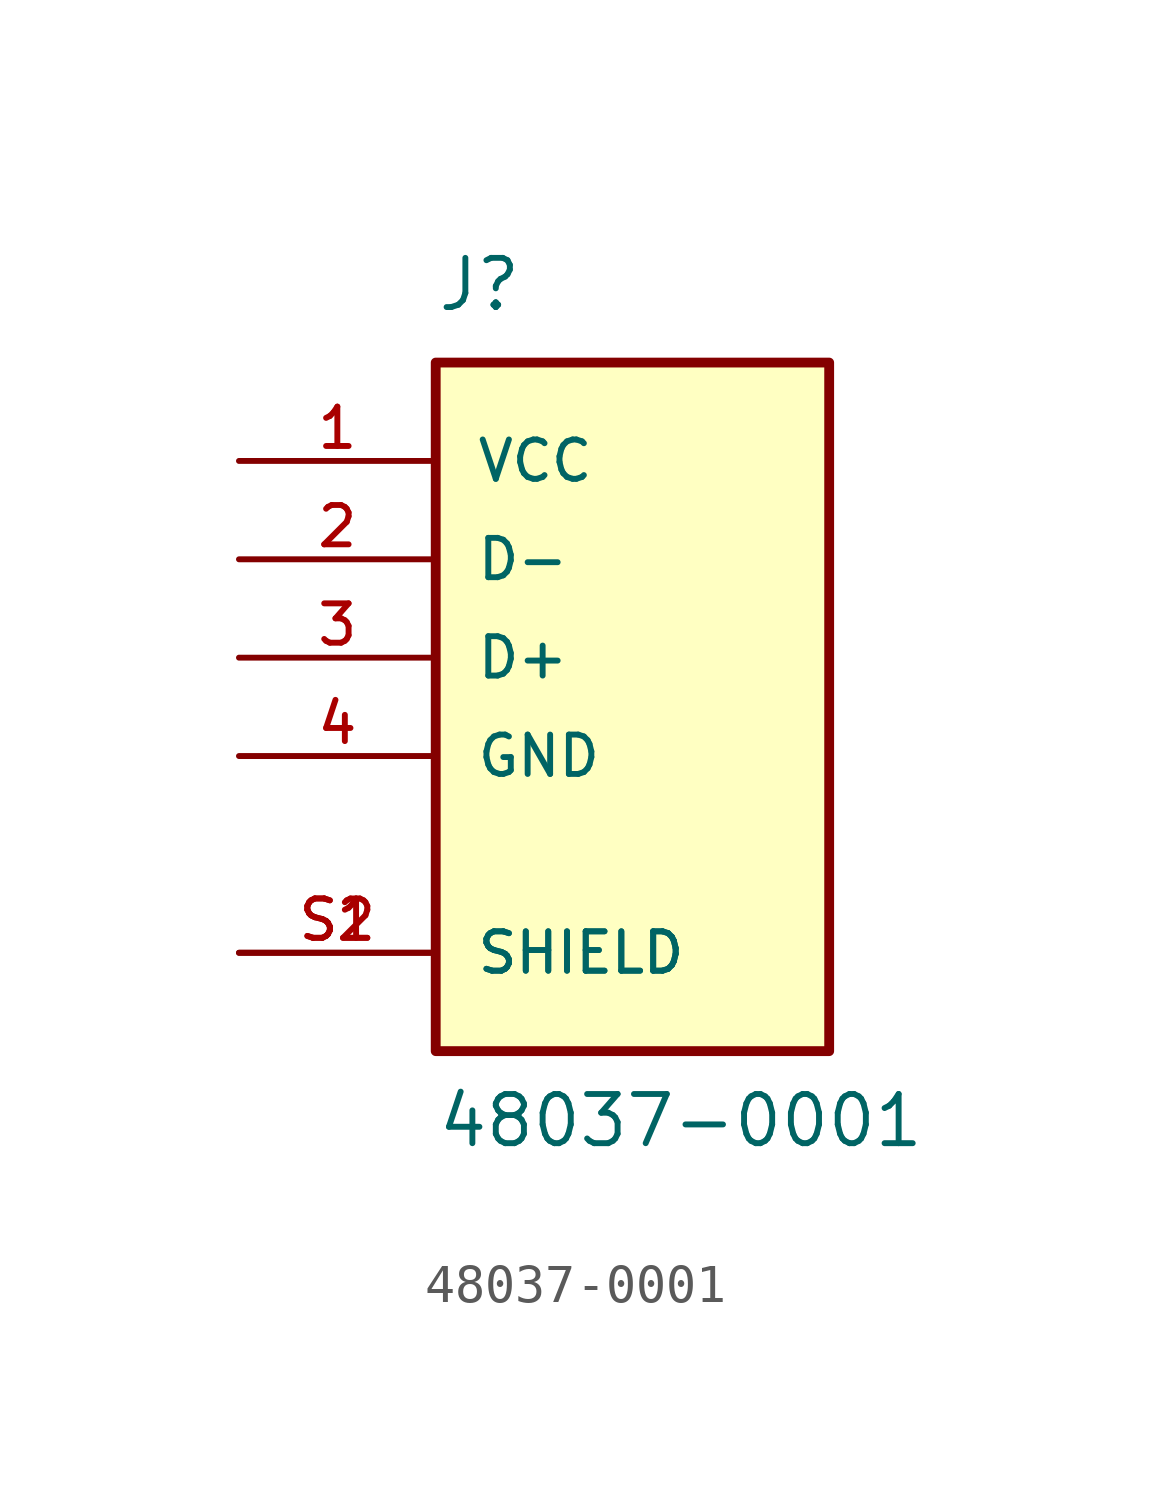
<source format=kicad_sym>
(kicad_symbol_lib
  (version 20211014)
  (generator kicad_symbol_editor)
  (symbol "48037-0001"
    (pin_names
      (offset 1.016))
    (property "Reference" "J"
      (at -5.08 8.89 0)
      (effects (font (size 1.27 1.27)) (justify left bottom)))
    (property "Value" "48037-0001"
      (at -5.08 -12.7 0)
      (effects (font (size 1.27 1.27)) (justify left bottom)))
    (property "ki_locked" ""
      (at 0 0 0)
      (effects (font (size 1.27 1.27))))
    (symbol "48037-0001_0_0"
      (rectangle (start -5.08 -10.16) (end 5.08 7.62) (stroke (width 0.254) (type default) (color 0 0 0 0)) (fill (type background)))
      (pin power_in line (at -10.16 5.08 0) (length 5.08) (name "VCC" (effects (font (size 1.016 1.016)))) (number "1" (effects (font (size 1.016 1.016)))))
      (pin bidirectional line (at -10.16 2.54 0) (length 5.08) (name "D-" (effects (font (size 1.016 1.016)))) (number "2" (effects (font (size 1.016 1.016)))))
      (pin bidirectional line (at -10.16 0 0) (length 5.08) (name "D+" (effects (font (size 1.016 1.016)))) (number "3" (effects (font (size 1.016 1.016)))))
      (pin power_in line (at -10.16 -2.54 0) (length 5.08) (name "GND" (effects (font (size 1.016 1.016)))) (number "4" (effects (font (size 1.016 1.016)))))
      (pin passive line (at -10.16 -7.62 0) (length 5.08) (name "SHIELD" (effects (font (size 1.016 1.016)))) (number "S1" (effects (font (size 1.016 1.016)))))
      (pin passive line (at -10.16 -7.62 0) (length 5.08) (name "SHIELD" (effects (font (size 1.016 1.016)))) (number "S2" (effects (font (size 1.016 1.016))))))))
</source>
